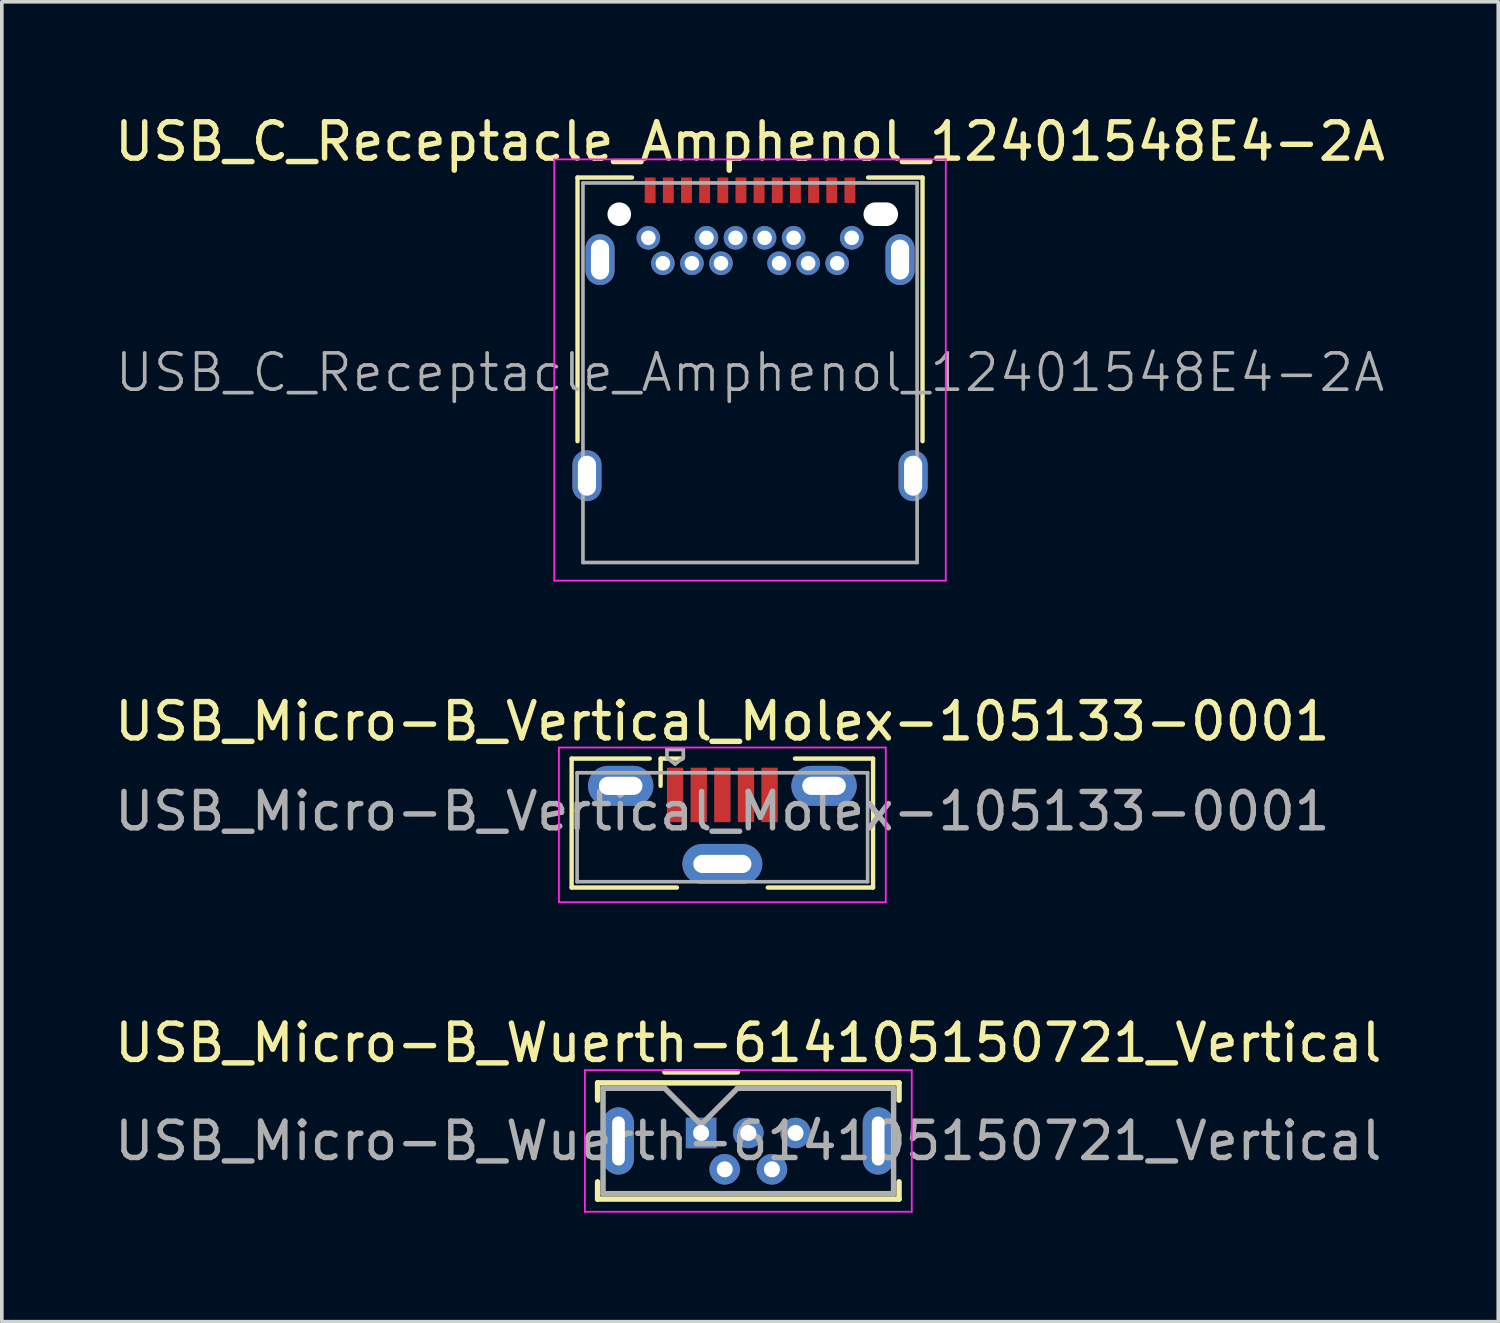
<source format=kicad_pcb>
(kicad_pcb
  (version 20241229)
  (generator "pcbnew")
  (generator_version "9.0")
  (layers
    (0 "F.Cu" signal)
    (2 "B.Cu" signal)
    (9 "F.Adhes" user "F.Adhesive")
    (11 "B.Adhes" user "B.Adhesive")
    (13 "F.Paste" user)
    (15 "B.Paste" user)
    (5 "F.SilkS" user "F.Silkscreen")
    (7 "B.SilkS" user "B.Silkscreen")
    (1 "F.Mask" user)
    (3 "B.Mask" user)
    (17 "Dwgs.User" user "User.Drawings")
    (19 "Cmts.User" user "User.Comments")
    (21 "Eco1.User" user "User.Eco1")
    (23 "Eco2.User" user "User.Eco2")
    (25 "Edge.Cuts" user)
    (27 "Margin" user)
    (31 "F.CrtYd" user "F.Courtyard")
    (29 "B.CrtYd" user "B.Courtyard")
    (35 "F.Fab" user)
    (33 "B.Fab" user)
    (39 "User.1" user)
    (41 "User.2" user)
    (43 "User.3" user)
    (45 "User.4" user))
  (footprint "USB_Micro-B_Wuerth-614105150721_Vertical"
    (layer "F.Cu")
    (at 16.254 28.145)
    (property "Reference" "USB_Micro-B_Wuerth-614105150721_Vertical" (at 1.3 -2.48 0) (layer "F.SilkS") (effects (font (size 1 1) (thickness 0.15))))
    (attr through_hole)
    (fp_line (start -2.85 -1.38) (end 5.45 -1.38) (stroke (width 0.15) (type solid)) (layer "F.SilkS"))
    (fp_line (start -2.85 -0.905) (end -2.85 -1.38) (stroke (width 0.15) (type solid)) (layer "F.SilkS"))
    (fp_line (start -2.85 1.345) (end -2.85 1.82) (stroke (width 0.15) (type solid)) (layer "F.SilkS"))
    (fp_line (start -2.85 1.82) (end 5.45 1.82) (stroke (width 0.15) (type solid)) (layer "F.SilkS"))
    (fp_line (start -1 -1.68) (end 1 -1.68) (stroke (width 0.15) (type solid)) (layer "F.SilkS"))
    (fp_line (start 5.45 -1.38) (end 5.45 -0.905) (stroke (width 0.15) (type solid)) (layer "F.SilkS"))
    (fp_line (start 5.45 1.82) (end 5.45 1.345) (stroke (width 0.15) (type solid)) (layer "F.SilkS"))
    (fp_line (start -3.2 -1.73) (end -3.2 2.17) (stroke (width 0.05) (type solid)) (layer "F.CrtYd"))
    (fp_line (start -3.2 2.17) (end 5.8 2.17) (stroke (width 0.05) (type solid)) (layer "F.CrtYd"))
    (fp_line (start 5.8 -1.73) (end -3.2 -1.73) (stroke (width 0.05) (type solid)) (layer "F.CrtYd"))
    (fp_line (start 5.8 2.17) (end 5.8 -1.73) (stroke (width 0.05) (type solid)) (layer "F.CrtYd"))
    (fp_line (start -2.7 -1.23) (end -1 -1.23) (stroke (width 0.15) (type solid)) (layer "F.Fab"))
    (fp_line (start -2.7 1.67) (end -2.7 -1.23) (stroke (width 0.15) (type solid)) (layer "F.Fab"))
    (fp_line (start -1 -1.23) (end 0 -0.23) (stroke (width 0.15) (type solid)) (layer "F.Fab"))
    (fp_line (start 0 -0.23) (end 1 -1.23) (stroke (width 0.15) (type solid)) (layer "F.Fab"))
    (fp_line (start 1 -1.23) (end 5.3 -1.23) (stroke (width 0.15) (type solid)) (layer "F.Fab"))
    (fp_line (start 5.3 -1.23) (end 5.3 1.67) (stroke (width 0.15) (type solid)) (layer "F.Fab"))
    (fp_line (start 5.3 1.67) (end -2.7 1.67) (stroke (width 0.15) (type solid)) (layer "F.Fab"))
    (fp_text user "${REFERENCE}" (at 1.3 0.22 0) (layer "F.Fab") (effects (font (size 1 1) (thickness 0.15))))
    (pad "1" thru_hole rect (at 0 0) (size 0.84 0.84) (drill 0.44) (layers "*.Cu" "*.Mask"))
    (pad "2" thru_hole circle (at 0.65 1) (size 0.84 0.84) (drill 0.44) (layers "*.Cu" "*.Mask"))
    (pad "3" thru_hole circle (at 1.3 0) (size 0.84 0.84) (drill 0.44) (layers "*.Cu" "*.Mask"))
    (pad "4" thru_hole circle (at 1.95 1) (size 0.84 0.84) (drill 0.44) (layers "*.Cu" "*.Mask"))
    (pad "5" thru_hole circle (at 2.6 0) (size 0.84 0.84) (drill 0.44) (layers "*.Cu" "*.Mask"))
    (pad "6" thru_hole oval (at -2.275 0.22) (size 0.85 1.85) (drill oval 0.35 1.35) (layers "*.Cu" "*.Mask"))
    (pad "6" thru_hole oval (at 4.875 0.22) (size 0.85 1.85) (drill oval 0.35 1.35) (layers "*.Cu" "*.Mask")))
  (footprint "USB_C_Receptacle_Amphenol_12401548E4-2A"
    (layer "F.Cu")
    (at 17.601 7.208)
    (property "Reference" "USB_C_Receptacle_Amphenol_12401548E4-2A" (at 0 -6.36 0) (layer "F.SilkS") (effects (font (size 1 1) (thickness 0.15))))
    (attr smd)
    (fp_line (start -4.75 -5.37) (end -4.75 1.89) (stroke (width 0.12) (type solid)) (layer "F.SilkS"))
    (fp_line (start -4.75 -5.37) (end -3.25 -5.37) (stroke (width 0.12) (type solid)) (layer "F.SilkS"))
    (fp_line (start 3.25 -5.37) (end 4.75 -5.37) (stroke (width 0.12) (type solid)) (layer "F.SilkS"))
    (fp_line (start 4.75 -5.37) (end 4.75 1.89) (stroke (width 0.12) (type solid)) (layer "F.SilkS"))
    (fp_line (start -5.39 -5.87) (end 5.39 -5.87) (stroke (width 0.05) (type solid)) (layer "F.CrtYd"))
    (fp_line (start -5.39 5.73) (end -5.39 -5.87) (stroke (width 0.05) (type solid)) (layer "F.CrtYd"))
    (fp_line (start 5.39 -5.87) (end 5.39 5.73) (stroke (width 0.05) (type solid)) (layer "F.CrtYd"))
    (fp_line (start 5.39 5.73) (end -5.39 5.73) (stroke (width 0.05) (type solid)) (layer "F.CrtYd"))
    (fp_line (start -4.6 -5.22) (end 4.6 -5.22) (stroke (width 0.1) (type solid)) (layer "F.Fab"))
    (fp_line (start -4.6 5.23) (end -4.6 -5.22) (stroke (width 0.1) (type solid)) (layer "F.Fab"))
    (fp_line (start -4.6 5.23) (end 4.6 5.23) (stroke (width 0.1) (type solid)) (layer "F.Fab"))
    (fp_line (start 4.6 5.23) (end 4.6 -5.22) (stroke (width 0.1) (type solid)) (layer "F.Fab"))
    (fp_text user "${REFERENCE}" (at 0 0 0) (layer "F.Fab") (effects (font (size 1 1) (thickness 0.1))))
    (pad "" np_thru_hole circle (at -3.6 -4.36) (size 0.65 0.65) (drill 0.65) (layers "*.Cu" "*.Mask"))
    (pad "" np_thru_hole oval (at 3.6 -4.36) (size 0.95 0.65) (drill oval 0.95 0.65) (layers "*.Cu" "*.Mask"))
    (pad "A1" smd rect (at -2.75 -5.02) (size 0.3 0.7) (layers "F.Cu" "F.Mask" "F.Paste"))
    (pad "A2" smd rect (at -2.25 -5.02) (size 0.3 0.7) (layers "F.Cu" "F.Mask" "F.Paste"))
    (pad "A3" smd rect (at -1.75 -5.02) (size 0.3 0.7) (layers "F.Cu" "F.Mask" "F.Paste"))
    (pad "A4" smd rect (at -1.25 -5.02) (size 0.3 0.7) (layers "F.Cu" "F.Mask" "F.Paste"))
    (pad "A5" smd rect (at -0.75 -5.02) (size 0.3 0.7) (layers "F.Cu" "F.Mask" "F.Paste"))
    (pad "A6" smd rect (at -0.25 -5.02) (size 0.3 0.7) (layers "F.Cu" "F.Mask" "F.Paste"))
    (pad "A7" smd rect (at 0.25 -5.02) (size 0.3 0.7) (layers "F.Cu" "F.Mask" "F.Paste"))
    (pad "A8" smd rect (at 0.75 -5.02) (size 0.3 0.7) (layers "F.Cu" "F.Mask" "F.Paste"))
    (pad "A9" smd rect (at 1.25 -5.02) (size 0.3 0.7) (layers "F.Cu" "F.Mask" "F.Paste"))
    (pad "A10" smd rect (at 1.75 -5.02) (size 0.3 0.7) (layers "F.Cu" "F.Mask" "F.Paste"))
    (pad "A11" smd rect (at 2.25 -5.02) (size 0.3 0.7) (layers "F.Cu" "F.Mask" "F.Paste"))
    (pad "A12" smd rect (at 2.75 -5.02) (size 0.3 0.7) (layers "F.Cu" "F.Mask" "F.Paste"))
    (pad "B1" thru_hole circle (at 2.8 -3.71) (size 0.65 0.65) (drill 0.4) (layers "*.Cu" "*.Mask"))
    (pad "B2" thru_hole circle (at 2.4 -3.01) (size 0.65 0.65) (drill 0.4) (layers "*.Cu" "*.Mask"))
    (pad "B3" thru_hole circle (at 1.6 -3.01) (size 0.65 0.65) (drill 0.4) (layers "*.Cu" "*.Mask"))
    (pad "B4" thru_hole circle (at 1.2 -3.71) (size 0.65 0.65) (drill 0.4) (layers "*.Cu" "*.Mask"))
    (pad "B5" thru_hole circle (at 0.8 -3.01) (size 0.65 0.65) (drill 0.4) (layers "*.Cu" "*.Mask"))
    (pad "B6" thru_hole circle (at 0.4 -3.71) (size 0.65 0.65) (drill 0.4) (layers "*.Cu" "*.Mask"))
    (pad "B7" thru_hole circle (at -0.4 -3.71) (size 0.65 0.65) (drill 0.4) (layers "*.Cu" "*.Mask"))
    (pad "B8" thru_hole circle (at -0.8 -3.01) (size 0.65 0.65) (drill 0.4) (layers "*.Cu" "*.Mask"))
    (pad "B9" thru_hole circle (at -1.2 -3.71) (size 0.65 0.65) (drill 0.4) (layers "*.Cu" "*.Mask"))
    (pad "B10" thru_hole circle (at -1.6 -3.01) (size 0.65 0.65) (drill 0.4) (layers "*.Cu" "*.Mask"))
    (pad "B11" thru_hole circle (at -2.4 -3.01) (size 0.65 0.65) (drill 0.4) (layers "*.Cu" "*.Mask"))
    (pad "B12" thru_hole circle (at -2.8 -3.71) (size 0.65 0.65) (drill 0.4) (layers "*.Cu" "*.Mask"))
    (pad "S1" thru_hole oval (at -4.49 2.84) (size 0.8 1.4) (drill oval 0.5 1.1) (layers "*.Cu" "*.Mask"))
    (pad "S1" thru_hole oval (at -4.13 -3.11) (size 0.8 1.4) (drill oval 0.5 1.1) (layers "*.Cu" "*.Mask"))
    (pad "S1" thru_hole oval (at 4.13 -3.11) (size 0.8 1.4) (drill oval 0.5 1.1) (layers "*.Cu" "*.Mask"))
    (pad "S1" thru_hole oval (at 4.49 2.84) (size 0.8 1.4) (drill oval 0.5 1.1) (layers "*.Cu" "*.Mask")))
  (footprint "USB_Micro-B_Vertical_Molex-105133-0001"
    (layer "F.Cu")
    (at 16.839 19.662)
    (property "Reference" "USB_Micro-B_Vertical_Molex-105133-0001" (at 0 -2.85 0) (layer "F.SilkS") (effects (font (size 1 1) (thickness 0.15))))
    (attr smd)
    (fp_line (start -4.15 -1.825) (end -4.15 1.725) (stroke (width 0.12) (type solid)) (layer "F.SilkS"))
    (fp_line (start -4.15 1.725) (end -1.25 1.725) (stroke (width 0.12) (type solid)) (layer "F.SilkS"))
    (fp_line (start -2 -1.825) (end -4.15 -1.825) (stroke (width 0.12) (type solid)) (layer "F.SilkS"))
    (fp_line (start -1.7 -1.825) (end -1.1 -1.825) (stroke (width 0.12) (type solid)) (layer "F.SilkS"))
    (fp_line (start -1.7 -1.075) (end -1.7 -1.825) (stroke (width 0.12) (type solid)) (layer "F.SilkS"))
    (fp_line (start 2 -1.825) (end 4.15 -1.825) (stroke (width 0.12) (type solid)) (layer "F.SilkS"))
    (fp_line (start 4.15 -1.825) (end 4.15 1.725) (stroke (width 0.12) (type solid)) (layer "F.SilkS"))
    (fp_line (start 4.15 1.725) (end 1.25 1.725) (stroke (width 0.12) (type solid)) (layer "F.SilkS"))
    (fp_line (start -4.5 -2.13) (end 4.5 -2.13) (stroke (width 0.05) (type solid)) (layer "F.CrtYd"))
    (fp_line (start -4.5 2.13) (end -4.5 -2.13) (stroke (width 0.05) (type solid)) (layer "F.CrtYd"))
    (fp_line (start -4.5 2.13) (end 4.5 2.13) (stroke (width 0.05) (type solid)) (layer "F.CrtYd"))
    (fp_line (start 4.5 2.13) (end 4.5 -2.13) (stroke (width 0.05) (type solid)) (layer "F.CrtYd"))
    (fp_line (start -4 1.565) (end -4 -1.435) (stroke (width 0.1) (type solid)) (layer "F.Fab"))
    (fp_line (start -4 1.565) (end 4 1.565) (stroke (width 0.1) (type solid)) (layer "F.Fab"))
    (fp_line (start -1.525 -2.075) (end -1.075 -2.075) (stroke (width 0.1) (type solid)) (layer "F.Fab"))
    (fp_line (start -1.525 -1.85) (end -1.525 -2.075) (stroke (width 0.1) (type solid)) (layer "F.Fab"))
    (fp_line (start -1.3 -1.675) (end -1.525 -1.85) (stroke (width 0.1) (type solid)) (layer "F.Fab"))
    (fp_line (start -1.3 -1.675) (end -1.075 -1.85) (stroke (width 0.1) (type solid)) (layer "F.Fab"))
    (fp_line (start -1.075 -2.075) (end -1.075 -1.85) (stroke (width 0.1) (type solid)) (layer "F.Fab"))
    (fp_line (start 4 -1.435) (end -4 -1.435) (stroke (width 0.1) (type solid)) (layer "F.Fab"))
    (fp_line (start 4 1.565) (end 4 -1.435) (stroke (width 0.1) (type solid)) (layer "F.Fab"))
    (fp_text user "${REFERENCE}" (at 0 -0.375 0) (layer "F.Fab") (effects (font (size 1 1) (thickness 0.15))))
    (pad "1" smd rect (at -1.3 -0.825) (size 0.45 1.5) (layers "F.Cu" "F.Mask" "F.Paste"))
    (pad "2" smd rect (at -0.65 -0.825) (size 0.45 1.5) (layers "F.Cu" "F.Mask" "F.Paste"))
    (pad "3" smd rect (at 0 -0.825) (size 0.45 1.5) (layers "F.Cu" "F.Mask" "F.Paste"))
    (pad "4" smd rect (at 0.65 -0.825) (size 0.45 1.5) (layers "F.Cu" "F.Mask" "F.Paste"))
    (pad "5" smd rect (at 1.3 -0.825) (size 0.45 1.5) (layers "F.Cu" "F.Mask" "F.Paste"))
    (pad "6" thru_hole oval (at -2.8 -1.075) (size 1.8 1.1) (drill oval 1.2 0.5) (layers "*.Cu" "*.Mask"))
    (pad "6" thru_hole oval (at 0 1.075) (size 2.2 1.1) (drill oval 1.6 0.5) (layers "*.Cu" "*.Mask"))
    (pad "6" thru_hole oval (at 2.8 -1.075) (size 1.8 1.1) (drill oval 1.2 0.5) (layers "*.Cu" "*.Mask")))
  (gr_rect
    (start -3 -3)
    (end 38.202 33.34)
    (stroke (width 0.1) (type default))
    (fill no)
    (layer "Edge.Cuts")))
</source>
